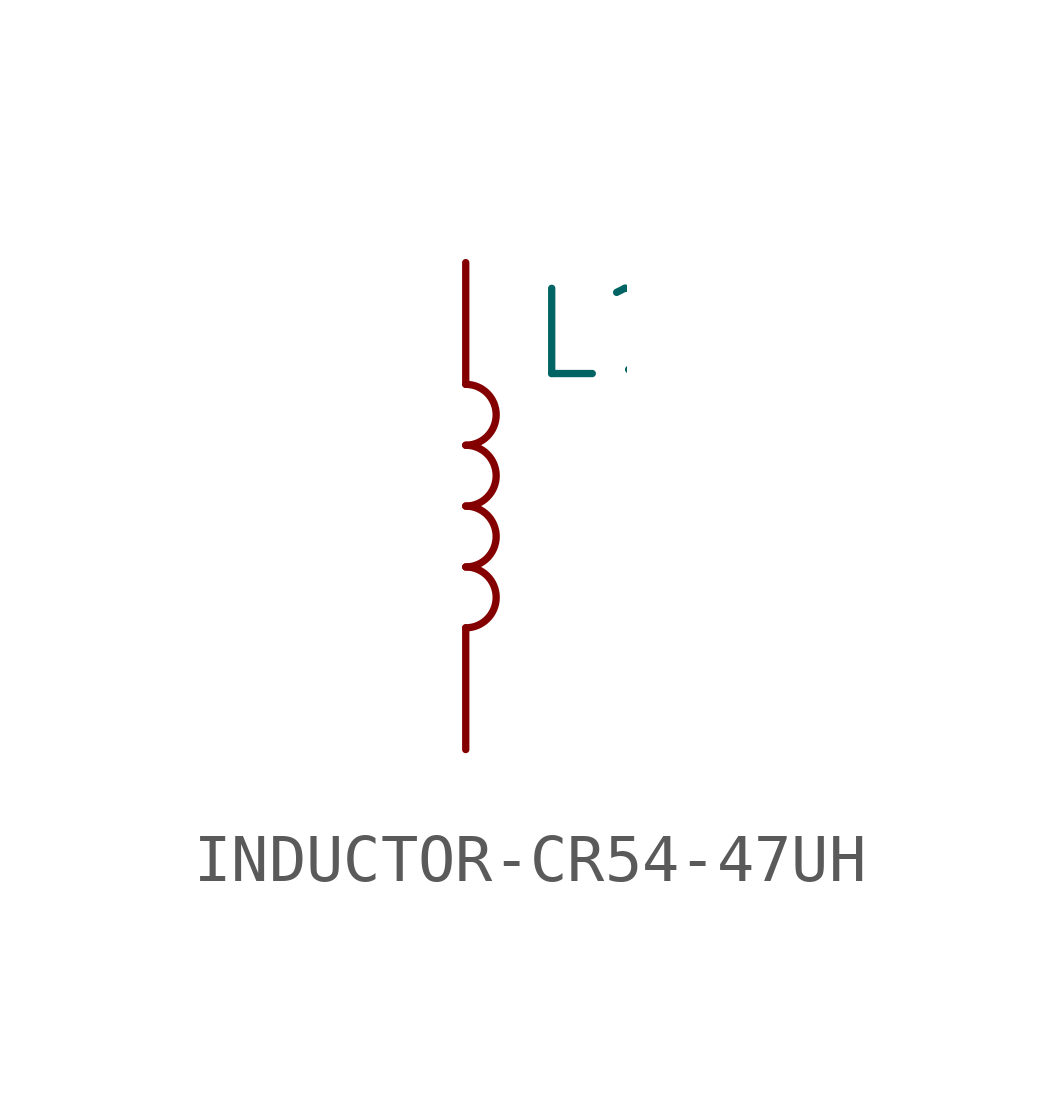
<source format=kicad_sym>
(kicad_symbol_lib
  (version 20231120)
  (generator "kicad_symbol_editor")
  (generator_version "8.0")
  (symbol "INDUCTOR-CR54-47UH"
    (property "Reference" "L"
      (at 1.27 2.54 0)
      (effects (font (size 1.778 1.778)) (justify left bottom)))
    (property "Value" ""
      (at 1.27 -2.54 0)
      (effects (font (size 1.778 1.778)) (justify left top)))
    (property "ki_locked" ""
      (at 0 0 0)
      (effects (font (size 1.27 1.27))))
    (symbol "INDUCTOR-CR54-47UH_1_0"
      (arc (start 0 -2.54) (mid 0.635 -1.905) (end 0 -1.27) (stroke (width 0.1524) (type solid)) (fill (type none)))
      (arc (start 0 -1.27) (mid 0.635 -0.635) (end 0 0) (stroke (width 0.1524) (type solid)) (fill (type none)))
      (arc (start 0 0) (mid 0.635 0.635) (end 0 1.27) (stroke (width 0.1524) (type solid)) (fill (type none)))
      (arc (start 0 1.27) (mid 0.635 1.905) (end 0 2.54) (stroke (width 0.1524) (type solid)) (fill (type none)))
      (pin passive line (at 0 5.08 270) (length 2.54) (name "1" (effects (font (size 0 0)))) (number "P$1" (effects (font (size 0 0)))))
      (pin passive line (at 0 -5.08 90) (length 2.54) (name "2" (effects (font (size 0 0)))) (number "P$2" (effects (font (size 0 0))))))))
</source>
